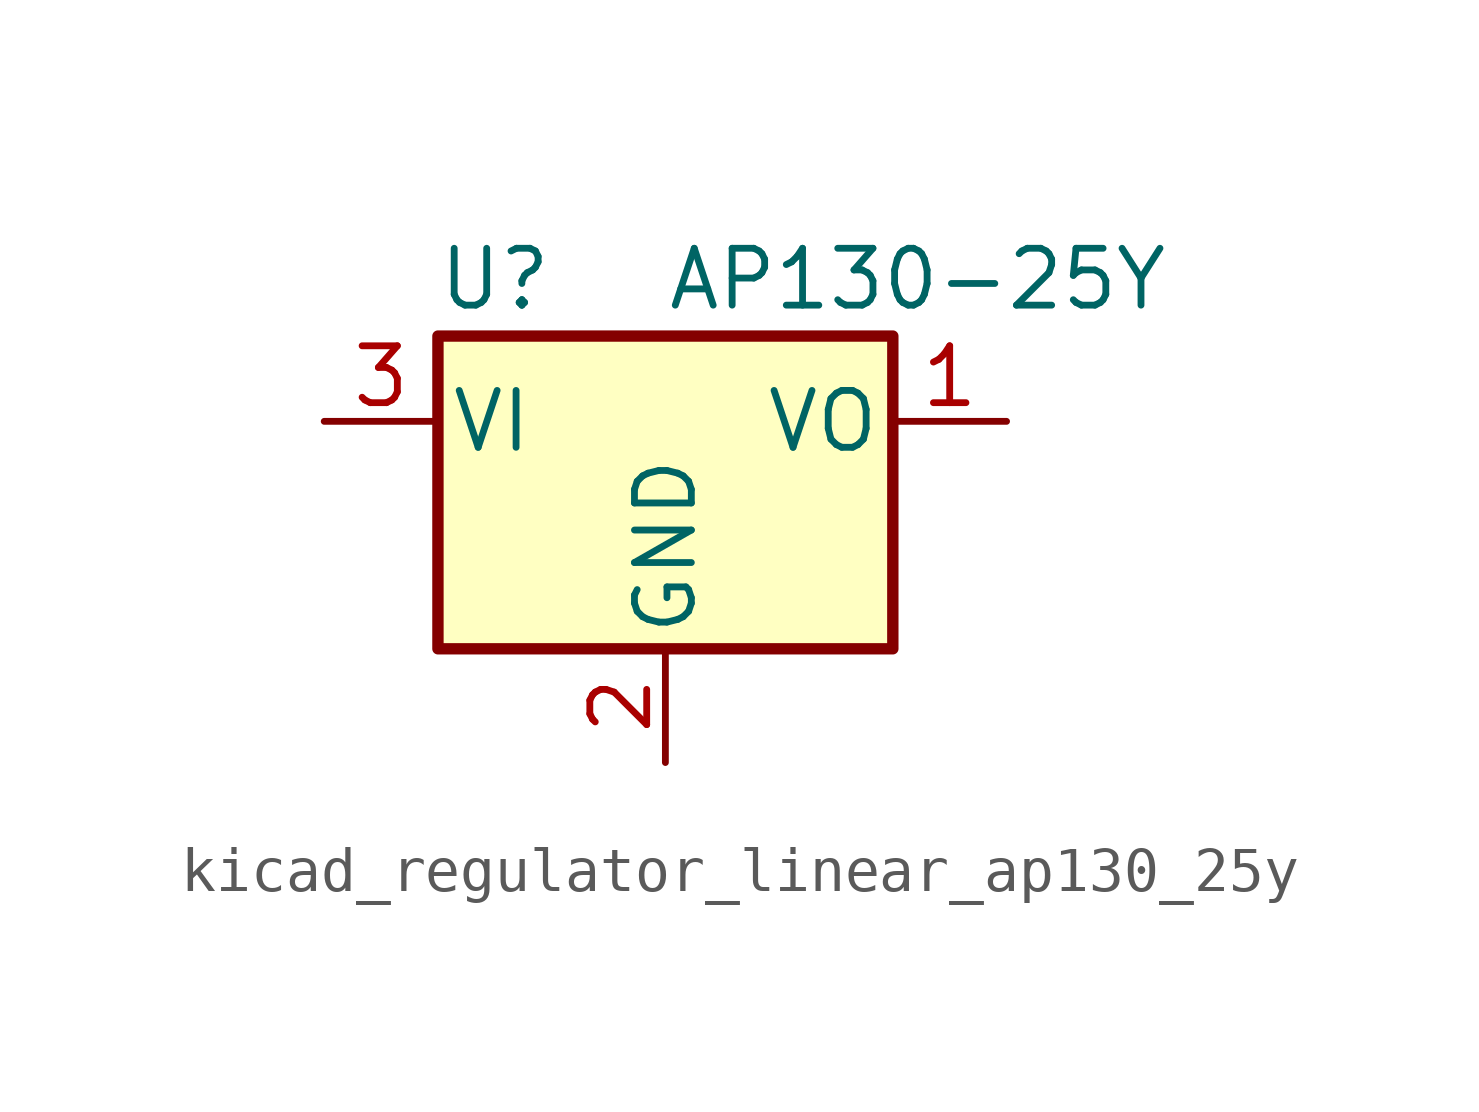
<source format=kicad_sym>
(kicad_symbol_lib
  (version 20220914)
  (generator kicad_symbol_editor)
  (symbol "kicad_regulator_linear_ap130_25y"
    (pin_names
      (offset 0.254))
    (property "Reference" "U"
      (at -3.81 3.175 0)
      (effects (font (size 1.27 1.27))))
    (property "Value" "AP130-25Y"
      (at 0 3.175 0)
      (effects (font (size 1.27 1.27)) (justify left)))
    (symbol "kicad_regulator_linear_ap130_25y_0_1"
      (rectangle (start -5.08 1.905) (end 5.08 -5.08) (stroke (width 0.254) (type default)) (fill (type background))))
    (symbol "kicad_regulator_linear_ap130_25y_1_1"
      (pin power_out line (at 7.62 0 180) (length 2.54) (name "VO" (effects (font (size 1.27 1.27)))) (number "1" (effects (font (size 1.27 1.27)))))
      (pin power_in line (at 0 -7.62 90) (length 2.54) (name "GND" (effects (font (size 1.27 1.27)))) (number "2" (effects (font (size 1.27 1.27)))))
      (pin power_in line (at -7.62 0 0) (length 2.54) (name "VI" (effects (font (size 1.27 1.27)))) (number "3" (effects (font (size 1.27 1.27))))))))
</source>
